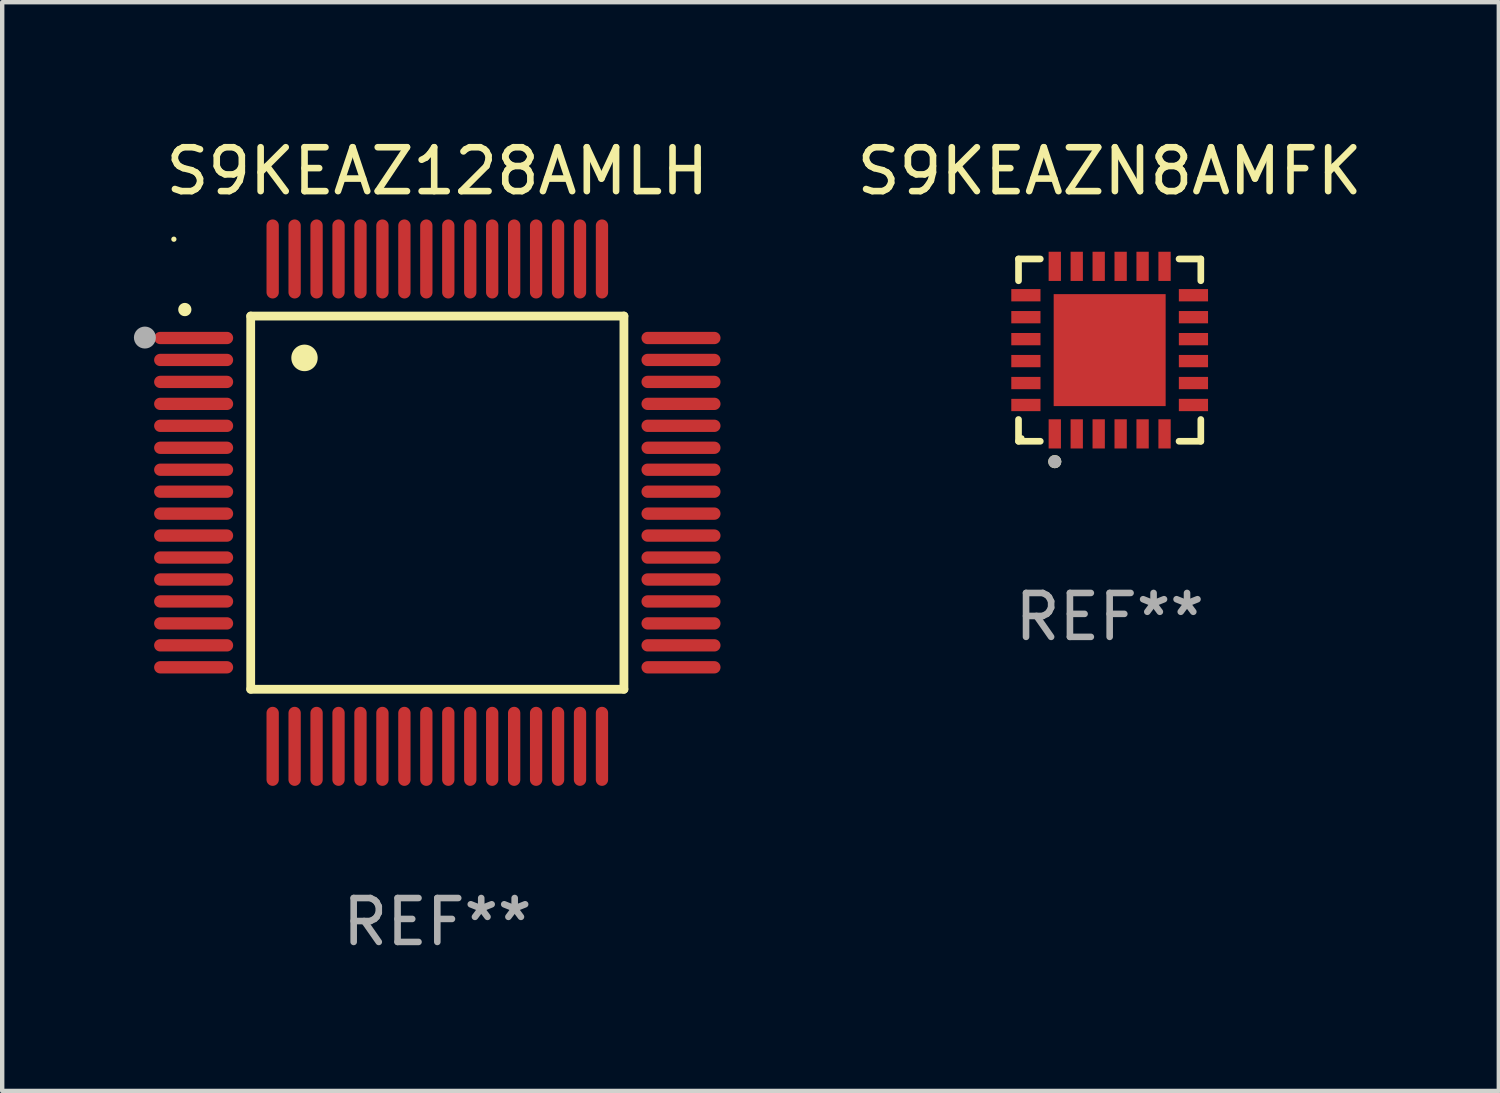
<source format=kicad_pcb>
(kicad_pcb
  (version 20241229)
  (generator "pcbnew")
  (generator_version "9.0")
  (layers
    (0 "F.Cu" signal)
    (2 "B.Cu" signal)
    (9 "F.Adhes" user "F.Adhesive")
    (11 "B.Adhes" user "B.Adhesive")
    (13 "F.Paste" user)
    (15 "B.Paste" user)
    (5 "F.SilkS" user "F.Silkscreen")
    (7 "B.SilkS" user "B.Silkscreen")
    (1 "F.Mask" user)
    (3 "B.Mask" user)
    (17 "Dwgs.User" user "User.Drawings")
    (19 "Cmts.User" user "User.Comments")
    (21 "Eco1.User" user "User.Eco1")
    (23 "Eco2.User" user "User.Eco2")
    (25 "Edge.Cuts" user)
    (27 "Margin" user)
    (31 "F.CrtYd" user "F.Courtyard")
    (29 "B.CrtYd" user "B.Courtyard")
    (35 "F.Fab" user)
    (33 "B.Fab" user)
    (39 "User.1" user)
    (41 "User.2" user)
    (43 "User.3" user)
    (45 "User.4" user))
  (footprint "S9KEAZ128AMLH"
    (layer "F.Cu")
    (at 6.91 8.398)
    (property "Reference" "S9KEAZ128AMLH" (at 0 -7.55 0) (layer "F.SilkS") (effects (font (size 1 1) (thickness 0.15))))
    (attr through_hole)
    (fp_line (start -4.25 -4.25) (end -4.25 4.25) (stroke (width 0.2) (type solid)) (layer "F.SilkS"))
    (fp_line (start -4.25 4.25) (end 4.25 4.25) (stroke (width 0.2) (type solid)) (layer "F.SilkS"))
    (fp_line (start 4.25 -4.25) (end -4.25 -4.25) (stroke (width 0.2) (type solid)) (layer "F.SilkS"))
    (fp_line (start 4.25 4.25) (end 4.25 -4.25) (stroke (width 0.2) (type solid)) (layer "F.SilkS"))
    (fp_arc (start -5.750572 -4.396749) (mid -5.750577 -4.398019) (end -5.750572 -4.399289) (stroke (width 0.3) (type solid)) (layer "F.SilkS"))
    (fp_arc (start -3.025146 -3.294387) (mid -3.025157 -3.296927) (end -3.025146 -3.299467) (stroke (width 0.6) (type solid)) (layer "F.SilkS"))
    (fp_circle (center -6 -6) (end -5.97 -6) (stroke (width 0.06) (type solid)) (fill no) (layer "F.SilkS"))
    (fp_circle (center -6.66 -3.76) (end -6.535 -3.76) (stroke (width 0.25) (type solid)) (fill no) (layer "F.Fab"))
    (fp_text user "REF**" (at 0 9.55 0) (layer "F.Fab") (effects (font (size 1 1) (thickness 0.15))))
    (pad "1" smd oval (at -5.55 -3.75) (size 1.8 0.28) (layers "F.Cu" "F.Mask" "F.Paste"))
    (pad "2" smd oval (at -5.55 -3.25) (size 1.8 0.28) (layers "F.Cu" "F.Mask" "F.Paste"))
    (pad "3" smd oval (at -5.55 -2.75) (size 1.8 0.28) (layers "F.Cu" "F.Mask" "F.Paste"))
    (pad "4" smd oval (at -5.55 -2.25) (size 1.8 0.28) (layers "F.Cu" "F.Mask" "F.Paste"))
    (pad "5" smd oval (at -5.55 -1.75) (size 1.8 0.28) (layers "F.Cu" "F.Mask" "F.Paste"))
    (pad "6" smd oval (at -5.55 -1.25) (size 1.8 0.28) (layers "F.Cu" "F.Mask" "F.Paste"))
    (pad "7" smd oval (at -5.55 -0.75) (size 1.8 0.28) (layers "F.Cu" "F.Mask" "F.Paste"))
    (pad "8" smd oval (at -5.55 -0.25) (size 1.8 0.28) (layers "F.Cu" "F.Mask" "F.Paste"))
    (pad "9" smd oval (at -5.55 0.25) (size 1.8 0.28) (layers "F.Cu" "F.Mask" "F.Paste"))
    (pad "10" smd oval (at -5.55 0.75) (size 1.8 0.28) (layers "F.Cu" "F.Mask" "F.Paste"))
    (pad "11" smd oval (at -5.55 1.25) (size 1.8 0.28) (layers "F.Cu" "F.Mask" "F.Paste"))
    (pad "12" smd oval (at -5.55 1.75) (size 1.8 0.28) (layers "F.Cu" "F.Mask" "F.Paste"))
    (pad "13" smd oval (at -5.55 2.25) (size 1.8 0.28) (layers "F.Cu" "F.Mask" "F.Paste"))
    (pad "14" smd oval (at -5.55 2.75) (size 1.8 0.28) (layers "F.Cu" "F.Mask" "F.Paste"))
    (pad "15" smd oval (at -5.55 3.25) (size 1.8 0.28) (layers "F.Cu" "F.Mask" "F.Paste"))
    (pad "16" smd oval (at -5.55 3.75) (size 1.8 0.28) (layers "F.Cu" "F.Mask" "F.Paste"))
    (pad "17" smd oval (at -3.75 5.55) (size 0.28 1.8) (layers "F.Cu" "F.Mask" "F.Paste"))
    (pad "18" smd oval (at -3.25 5.55) (size 0.28 1.8) (layers "F.Cu" "F.Mask" "F.Paste"))
    (pad "19" smd oval (at -2.75 5.55) (size 0.28 1.8) (layers "F.Cu" "F.Mask" "F.Paste"))
    (pad "20" smd oval (at -2.25 5.55) (size 0.28 1.8) (layers "F.Cu" "F.Mask" "F.Paste"))
    (pad "21" smd oval (at -1.75 5.55) (size 0.28 1.8) (layers "F.Cu" "F.Mask" "F.Paste"))
    (pad "22" smd oval (at -1.25 5.55) (size 0.28 1.8) (layers "F.Cu" "F.Mask" "F.Paste"))
    (pad "23" smd oval (at -0.75 5.55) (size 0.28 1.8) (layers "F.Cu" "F.Mask" "F.Paste"))
    (pad "24" smd oval (at -0.25 5.55) (size 0.28 1.8) (layers "F.Cu" "F.Mask" "F.Paste"))
    (pad "25" smd oval (at 0.25 5.55) (size 0.28 1.8) (layers "F.Cu" "F.Mask" "F.Paste"))
    (pad "26" smd oval (at 0.75 5.55) (size 0.28 1.8) (layers "F.Cu" "F.Mask" "F.Paste"))
    (pad "27" smd oval (at 1.25 5.55) (size 0.28 1.8) (layers "F.Cu" "F.Mask" "F.Paste"))
    (pad "28" smd oval (at 1.75 5.55) (size 0.28 1.8) (layers "F.Cu" "F.Mask" "F.Paste"))
    (pad "29" smd oval (at 2.25 5.55) (size 0.28 1.8) (layers "F.Cu" "F.Mask" "F.Paste"))
    (pad "30" smd oval (at 2.75 5.55) (size 0.28 1.8) (layers "F.Cu" "F.Mask" "F.Paste"))
    (pad "31" smd oval (at 3.25 5.55) (size 0.28 1.8) (layers "F.Cu" "F.Mask" "F.Paste"))
    (pad "32" smd oval (at 3.75 5.55) (size 0.28 1.8) (layers "F.Cu" "F.Mask" "F.Paste"))
    (pad "33" smd oval (at 5.55 3.75) (size 1.8 0.28) (layers "F.Cu" "F.Mask" "F.Paste"))
    (pad "34" smd oval (at 5.55 3.25) (size 1.8 0.28) (layers "F.Cu" "F.Mask" "F.Paste"))
    (pad "35" smd oval (at 5.55 2.75) (size 1.8 0.28) (layers "F.Cu" "F.Mask" "F.Paste"))
    (pad "36" smd oval (at 5.55 2.25) (size 1.8 0.28) (layers "F.Cu" "F.Mask" "F.Paste"))
    (pad "37" smd oval (at 5.55 1.75) (size 1.8 0.28) (layers "F.Cu" "F.Mask" "F.Paste"))
    (pad "38" smd oval (at 5.55 1.25) (size 1.8 0.28) (layers "F.Cu" "F.Mask" "F.Paste"))
    (pad "39" smd oval (at 5.55 0.75) (size 1.8 0.28) (layers "F.Cu" "F.Mask" "F.Paste"))
    (pad "40" smd oval (at 5.55 0.25) (size 1.8 0.28) (layers "F.Cu" "F.Mask" "F.Paste"))
    (pad "41" smd oval (at 5.55 -0.25) (size 1.8 0.28) (layers "F.Cu" "F.Mask" "F.Paste"))
    (pad "42" smd oval (at 5.55 -0.75) (size 1.8 0.28) (layers "F.Cu" "F.Mask" "F.Paste"))
    (pad "43" smd oval (at 5.55 -1.25) (size 1.8 0.28) (layers "F.Cu" "F.Mask" "F.Paste"))
    (pad "44" smd oval (at 5.55 -1.75) (size 1.8 0.28) (layers "F.Cu" "F.Mask" "F.Paste"))
    (pad "45" smd oval (at 5.55 -2.25) (size 1.8 0.28) (layers "F.Cu" "F.Mask" "F.Paste"))
    (pad "46" smd oval (at 5.55 -2.75) (size 1.8 0.28) (layers "F.Cu" "F.Mask" "F.Paste"))
    (pad "47" smd oval (at 5.55 -3.25) (size 1.8 0.28) (layers "F.Cu" "F.Mask" "F.Paste"))
    (pad "48" smd oval (at 5.55 -3.75) (size 1.8 0.28) (layers "F.Cu" "F.Mask" "F.Paste"))
    (pad "49" smd oval (at 3.75 -5.55) (size 0.28 1.8) (layers "F.Cu" "F.Mask" "F.Paste"))
    (pad "50" smd oval (at 3.25 -5.55) (size 0.28 1.8) (layers "F.Cu" "F.Mask" "F.Paste"))
    (pad "51" smd oval (at 2.75 -5.55) (size 0.28 1.8) (layers "F.Cu" "F.Mask" "F.Paste"))
    (pad "52" smd oval (at 2.25 -5.55) (size 0.28 1.8) (layers "F.Cu" "F.Mask" "F.Paste"))
    (pad "53" smd oval (at 1.75 -5.55) (size 0.28 1.8) (layers "F.Cu" "F.Mask" "F.Paste"))
    (pad "54" smd oval (at 1.25 -5.55) (size 0.28 1.8) (layers "F.Cu" "F.Mask" "F.Paste"))
    (pad "55" smd oval (at 0.75 -5.55) (size 0.28 1.8) (layers "F.Cu" "F.Mask" "F.Paste"))
    (pad "56" smd oval (at 0.25 -5.55) (size 0.28 1.8) (layers "F.Cu" "F.Mask" "F.Paste"))
    (pad "57" smd oval (at -0.25 -5.55) (size 0.28 1.8) (layers "F.Cu" "F.Mask" "F.Paste"))
    (pad "58" smd oval (at -0.75 -5.55) (size 0.28 1.8) (layers "F.Cu" "F.Mask" "F.Paste"))
    (pad "59" smd oval (at -1.25 -5.55) (size 0.28 1.8) (layers "F.Cu" "F.Mask" "F.Paste"))
    (pad "60" smd oval (at -1.75 -5.55) (size 0.28 1.8) (layers "F.Cu" "F.Mask" "F.Paste"))
    (pad "61" smd oval (at -2.25 -5.55) (size 0.28 1.8) (layers "F.Cu" "F.Mask" "F.Paste"))
    (pad "62" smd oval (at -2.75 -5.55) (size 0.28 1.8) (layers "F.Cu" "F.Mask" "F.Paste"))
    (pad "63" smd oval (at -3.25 -5.55) (size 0.28 1.8) (layers "F.Cu" "F.Mask" "F.Paste"))
    (pad "64" smd oval (at -3.75 -5.55) (size 0.28 1.8) (layers "F.Cu" "F.Mask" "F.Paste")))
  (footprint "S9KEAZN8AMFK"
    (layer "F.Cu")
    (at 22.223 4.924)
    (property "Reference" "S9KEAZN8AMFK" (at 0 -4.076 0) (layer "F.SilkS") (effects (font (size 1 1) (thickness 0.15))))
    (attr through_hole)
    (fp_line (start -2.076 -2.076) (end -1.58 -2.076) (stroke (width 0.152) (type solid)) (layer "F.SilkS"))
    (fp_line (start -2.076 -1.58) (end -2.076 -2.076) (stroke (width 0.152) (type solid)) (layer "F.SilkS"))
    (fp_line (start -2.076 1.58) (end -2.076 2.076) (stroke (width 0.152) (type solid)) (layer "F.SilkS"))
    (fp_line (start -2.076 2.076) (end -1.58 2.076) (stroke (width 0.152) (type solid)) (layer "F.SilkS"))
    (fp_line (start 2.076 -2.076) (end 1.58 -2.076) (stroke (width 0.152) (type solid)) (layer "F.SilkS"))
    (fp_line (start 2.076 -1.58) (end 2.076 -2.076) (stroke (width 0.152) (type solid)) (layer "F.SilkS"))
    (fp_line (start 2.076 1.58) (end 2.076 2.076) (stroke (width 0.152) (type solid)) (layer "F.SilkS"))
    (fp_line (start 2.076 2.076) (end 1.58 2.076) (stroke (width 0.152) (type solid)) (layer "F.SilkS"))
    (fp_circle (center -2 2) (end -1.97 2) (stroke (width 0.06) (type solid)) (fill no) (layer "F.SilkS"))
    (fp_circle (center -1.25 2.54) (end -1.175 2.54) (stroke (width 0.15) (type solid)) (fill no) (layer "F.SilkS"))
    (fp_circle (center -1.25 2.54) (end -1.175 2.54) (stroke (width 0.15) (type solid)) (fill no) (layer "F.Fab"))
    (fp_text user "REF**" (at 0 6.076 0) (layer "F.Fab") (effects (font (size 1 1) (thickness 0.15))))
    (pad "1" smd rect (at -1.25 1.908) (size 0.28 0.665) (layers "F.Cu" "F.Mask" "F.Paste"))
    (pad "2" smd rect (at -0.75 1.908) (size 0.28 0.665) (layers "F.Cu" "F.Mask" "F.Paste"))
    (pad "3" smd rect (at -0.25 1.908) (size 0.28 0.665) (layers "F.Cu" "F.Mask" "F.Paste"))
    (pad "4" smd rect (at 0.25 1.908) (size 0.28 0.665) (layers "F.Cu" "F.Mask" "F.Paste"))
    (pad "5" smd rect (at 0.75 1.908) (size 0.28 0.665) (layers "F.Cu" "F.Mask" "F.Paste"))
    (pad "6" smd rect (at 1.25 1.908) (size 0.28 0.665) (layers "F.Cu" "F.Mask" "F.Paste"))
    (pad "7" smd rect (at 1.908 1.25) (size 0.665 0.28) (layers "F.Cu" "F.Mask" "F.Paste"))
    (pad "8" smd rect (at 1.908 0.75) (size 0.665 0.28) (layers "F.Cu" "F.Mask" "F.Paste"))
    (pad "9" smd rect (at 1.908 0.25) (size 0.665 0.28) (layers "F.Cu" "F.Mask" "F.Paste"))
    (pad "10" smd rect (at 1.908 -0.25) (size 0.665 0.28) (layers "F.Cu" "F.Mask" "F.Paste"))
    (pad "11" smd rect (at 1.908 -0.75) (size 0.665 0.28) (layers "F.Cu" "F.Mask" "F.Paste"))
    (pad "12" smd rect (at 1.908 -1.25) (size 0.665 0.28) (layers "F.Cu" "F.Mask" "F.Paste"))
    (pad "13" smd rect (at 1.25 -1.908) (size 0.28 0.665) (layers "F.Cu" "F.Mask" "F.Paste"))
    (pad "14" smd rect (at 0.75 -1.908) (size 0.28 0.665) (layers "F.Cu" "F.Mask" "F.Paste"))
    (pad "15" smd rect (at 0.25 -1.908) (size 0.28 0.665) (layers "F.Cu" "F.Mask" "F.Paste"))
    (pad "16" smd rect (at -0.25 -1.908) (size 0.28 0.665) (layers "F.Cu" "F.Mask" "F.Paste"))
    (pad "17" smd rect (at -0.75 -1.908) (size 0.28 0.665) (layers "F.Cu" "F.Mask" "F.Paste"))
    (pad "18" smd rect (at -1.25 -1.908) (size 0.28 0.665) (layers "F.Cu" "F.Mask" "F.Paste"))
    (pad "19" smd rect (at -1.908 -1.25) (size 0.665 0.28) (layers "F.Cu" "F.Mask" "F.Paste"))
    (pad "20" smd rect (at -1.908 -0.75) (size 0.665 0.28) (layers "F.Cu" "F.Mask" "F.Paste"))
    (pad "21" smd rect (at -1.908 -0.25) (size 0.665 0.28) (layers "F.Cu" "F.Mask" "F.Paste"))
    (pad "22" smd rect (at -1.908 0.25) (size 0.665 0.28) (layers "F.Cu" "F.Mask" "F.Paste"))
    (pad "23" smd rect (at -1.908 0.75) (size 0.665 0.28) (layers "F.Cu" "F.Mask" "F.Paste"))
    (pad "24" smd rect (at -1.908 1.25) (size 0.665 0.28) (layers "F.Cu" "F.Mask" "F.Paste"))
    (pad "25" smd rect (at 0 0) (size 2.55 2.55) (layers "F.Cu" "F.Mask" "F.Paste")))
  (gr_rect
    (start -3 -3)
    (end 31.086 21.796)
    (stroke (width 0.1) (type default))
    (fill no)
    (layer "Edge.Cuts")))
</source>
